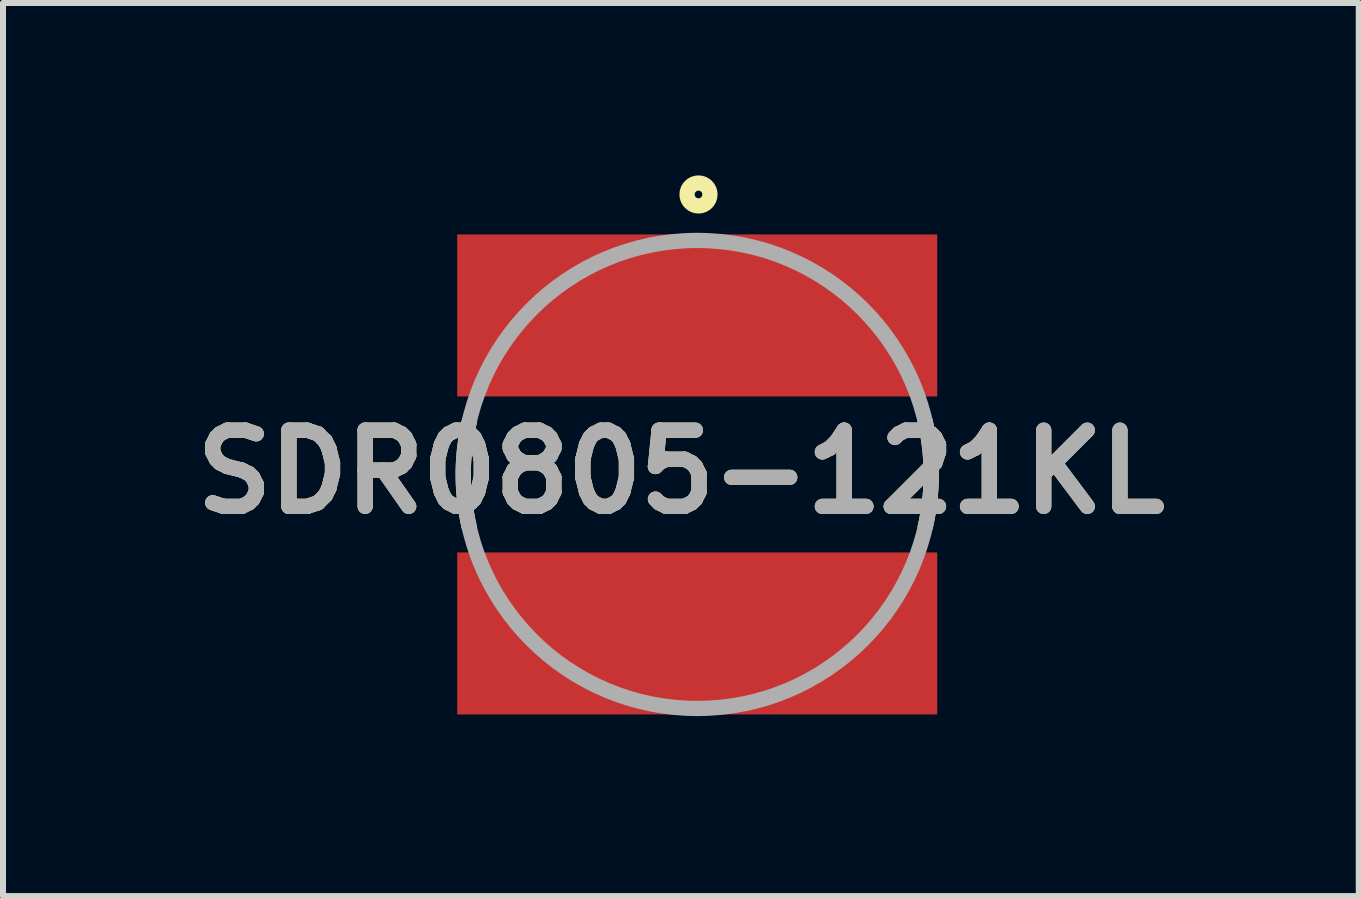
<source format=kicad_pcb>
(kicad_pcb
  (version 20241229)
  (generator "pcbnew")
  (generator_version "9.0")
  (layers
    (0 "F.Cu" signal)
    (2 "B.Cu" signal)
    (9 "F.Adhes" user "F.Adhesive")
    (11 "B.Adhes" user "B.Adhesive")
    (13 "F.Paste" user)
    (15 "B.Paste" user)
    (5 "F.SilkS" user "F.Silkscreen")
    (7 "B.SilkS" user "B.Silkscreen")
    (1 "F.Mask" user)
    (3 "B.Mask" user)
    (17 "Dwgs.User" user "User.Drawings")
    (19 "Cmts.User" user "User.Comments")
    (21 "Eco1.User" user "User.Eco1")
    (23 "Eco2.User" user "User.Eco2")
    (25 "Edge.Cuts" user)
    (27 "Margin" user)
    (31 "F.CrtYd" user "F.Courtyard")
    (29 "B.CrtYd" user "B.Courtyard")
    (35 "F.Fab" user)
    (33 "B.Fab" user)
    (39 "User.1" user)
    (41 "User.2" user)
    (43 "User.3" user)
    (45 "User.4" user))
  (footprint "SDR0805-121KL"
    (layer "F.Cu")
    (at 8.57 4.857)
    (property "Reference" "SDR0805-121KL" (at -0.273 -0.042 0) (layer "F.SilkS") (effects (font (size 1.27 1.27) (thickness 0.254))))
    (attr smd)
    (fp_arc (start -3.800088 0.877119) (mid -3.900001 -0.000196) (end -3.8 -0.8775) (stroke (width 0.254) (type solid)) (layer "F.SilkS"))
    (fp_arc (start 3.8 -0.8775) (mid 3.900001 -0.000196) (end 3.800088 0.877119) (stroke (width 0.254) (type solid)) (layer "F.SilkS"))
    (fp_circle (center 0.021 -4.666) (end 0.021 -4.602) (stroke (width 0.254) (type solid)) (fill no) (layer "F.SilkS"))
    (fp_circle (center 0 0) (end 0 3.9) (stroke (width 0.254) (type solid)) (fill no) (layer "F.Fab"))
    (fp_text user "${REFERENCE}" (at -0.273 -0.042 0) (layer "F.Fab") (effects (font (size 1.27 1.27) (thickness 0.254))))
    (pad "1" smd rect (at 0 -2.65 90) (size 2.7 8) (layers "F.Cu" "F.Mask" "F.Paste"))
    (pad "2" smd rect (at 0 2.65 90) (size 2.7 8) (layers "F.Cu" "F.Mask" "F.Paste")))
  (gr_rect
    (start -3 -3)
    (end 19.595 11.884)
    (stroke (width 0.1) (type default))
    (fill no)
    (layer "Edge.Cuts")))
</source>
